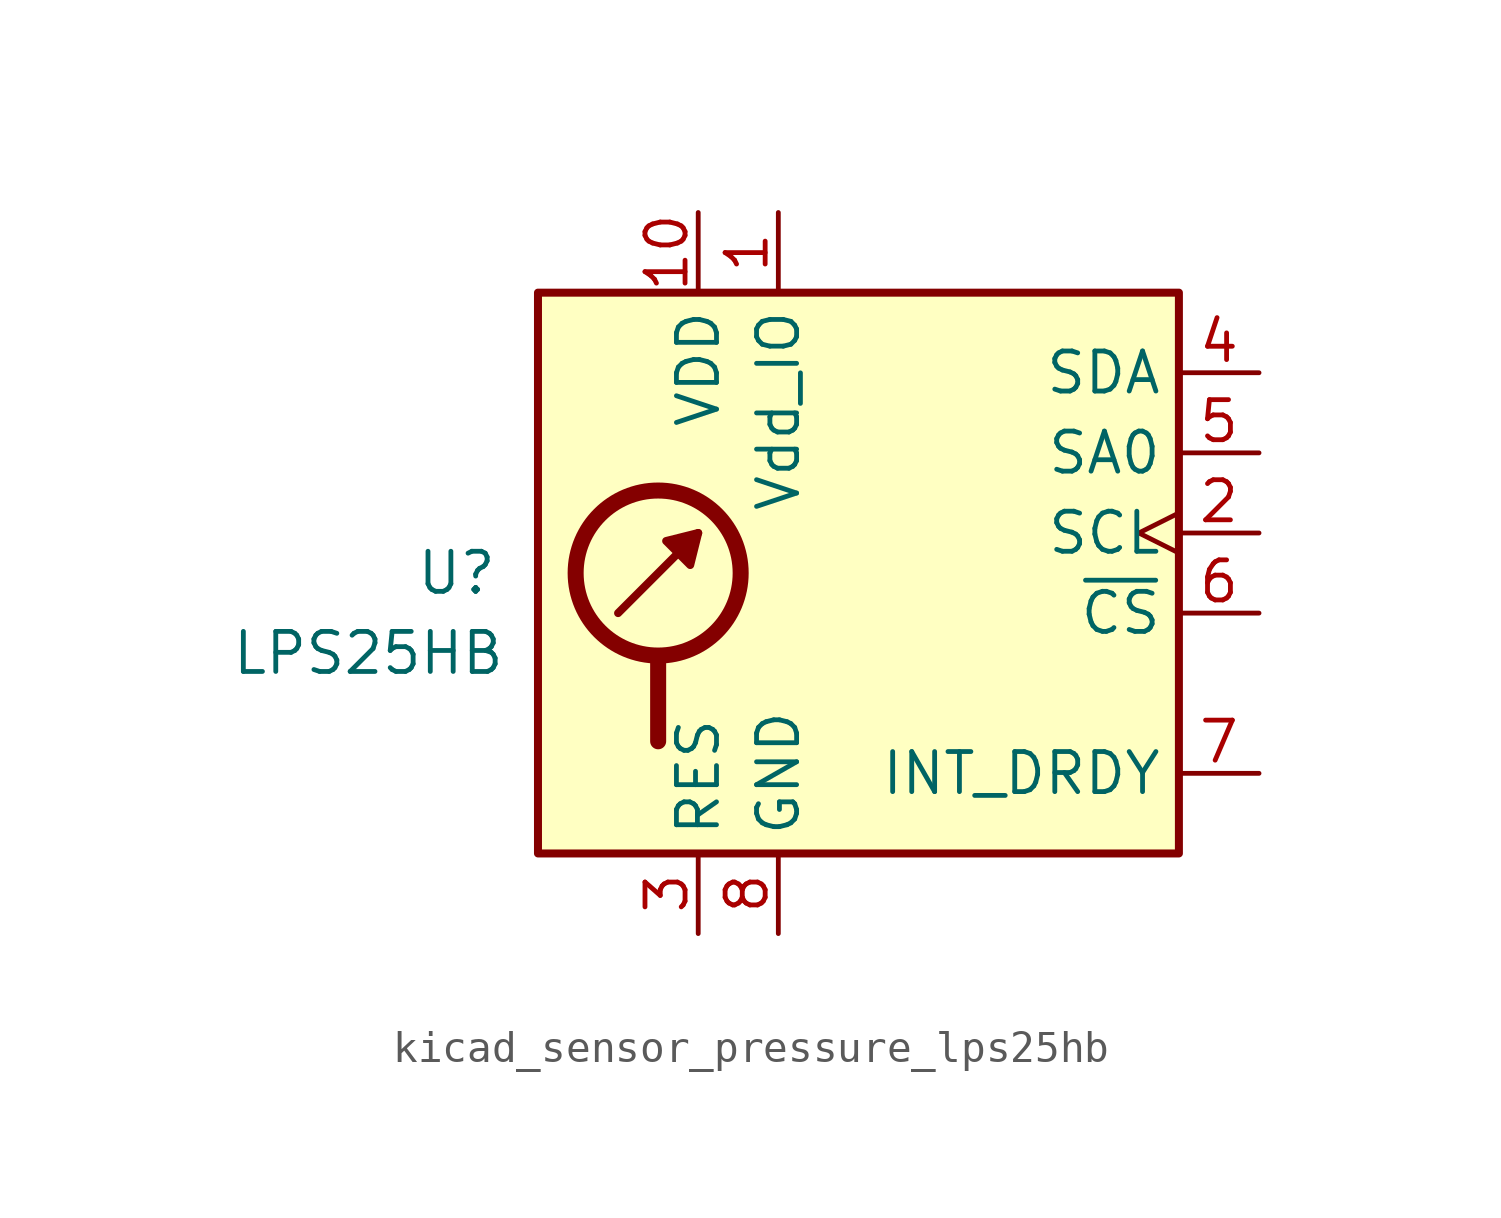
<source format=kicad_sym>
(kicad_symbol_lib
  (version 20220914)
  (generator kicad_symbol_editor)
  (symbol "kicad_sensor_pressure_lps25hb"
    (property "Reference" "U"
      (at -11.43 1.27 0)
      (effects (font (size 1.27 1.27)) (justify right)))
    (property "Value" "LPS25HB"
      (at -11.176 -1.27 0)
      (effects (font (size 1.27 1.27)) (justify right)))
    (symbol "kicad_sensor_pressure_lps25hb_0_1"
      (rectangle (start -10.16 10.16) (end 10.16 -7.62) (stroke (width 0.254) (type default)) (fill (type background)))
      (circle (center -6.35 1.27) (radius 2.616) (stroke (width 0.508) (type default)) (fill (type none)))
      (polyline (pts (xy -7.62 0) (xy -5.08 2.54)) (stroke (width 0.254) (type default)) (fill (type none)))
      (polyline (pts (xy -6.35 -1.524) (xy -6.35 -4.064)) (stroke (width 0.508) (type default)) (fill (type none)))
      (polyline (pts (xy -5.08 2.54) (xy -5.334 1.524) (xy -6.096 2.286) (xy -5.08 2.54)) (stroke (width 0.254) (type default)) (fill (type outline))))
    (symbol "kicad_sensor_pressure_lps25hb_1_1"
      (pin power_in line (at -2.54 12.7 270) (length 2.54) (name "Vdd_IO" (effects (font (size 1.27 1.27)))) (number "1" (effects (font (size 1.27 1.27)))))
      (pin power_in line (at -5.08 12.7 270) (length 2.54) (name "VDD" (effects (font (size 1.27 1.27)))) (number "10" (effects (font (size 1.27 1.27)))))
      (pin input clock (at 12.7 2.54 180) (length 2.54) (name "SCL" (effects (font (size 1.27 1.27)))) (number "2" (effects (font (size 1.27 1.27)))) (alternate "SPC" input clock))
      (pin passive line (at -5.08 -10.16 90) (length 2.54) (name "RES" (effects (font (size 1.27 1.27)))) (number "3" (effects (font (size 1.27 1.27)))))
      (pin bidirectional line (at 12.7 7.62 180) (length 2.54) (name "SDA" (effects (font (size 1.27 1.27)))) (number "4" (effects (font (size 1.27 1.27)))) (alternate "SDI" input line) (alternate "SDI/SDO" bidirectional line))
      (pin input line (at 12.7 5.08 180) (length 2.54) (name "SA0" (effects (font (size 1.27 1.27)))) (number "5" (effects (font (size 1.27 1.27)))) (alternate "SDO" output line))
      (pin input line (at 12.7 0 180) (length 2.54) (name "~{CS}" (effects (font (size 1.27 1.27)))) (number "6" (effects (font (size 1.27 1.27)))))
      (pin output line (at 12.7 -5.08 180) (length 2.54) (name "INT_DRDY" (effects (font (size 1.27 1.27)))) (number "7" (effects (font (size 1.27 1.27)))))
      (pin power_in line (at -2.54 -10.16 90) (length 2.54) (name "GND" (effects (font (size 1.27 1.27)))) (number "8" (effects (font (size 1.27 1.27)))))
      (pin passive line (at -2.54 -10.16 90) (length 2.54) hide (name "GND" (effects (font (size 1.27 1.27)))) (number "9" (effects (font (size 1.27 1.27))))))))
</source>
